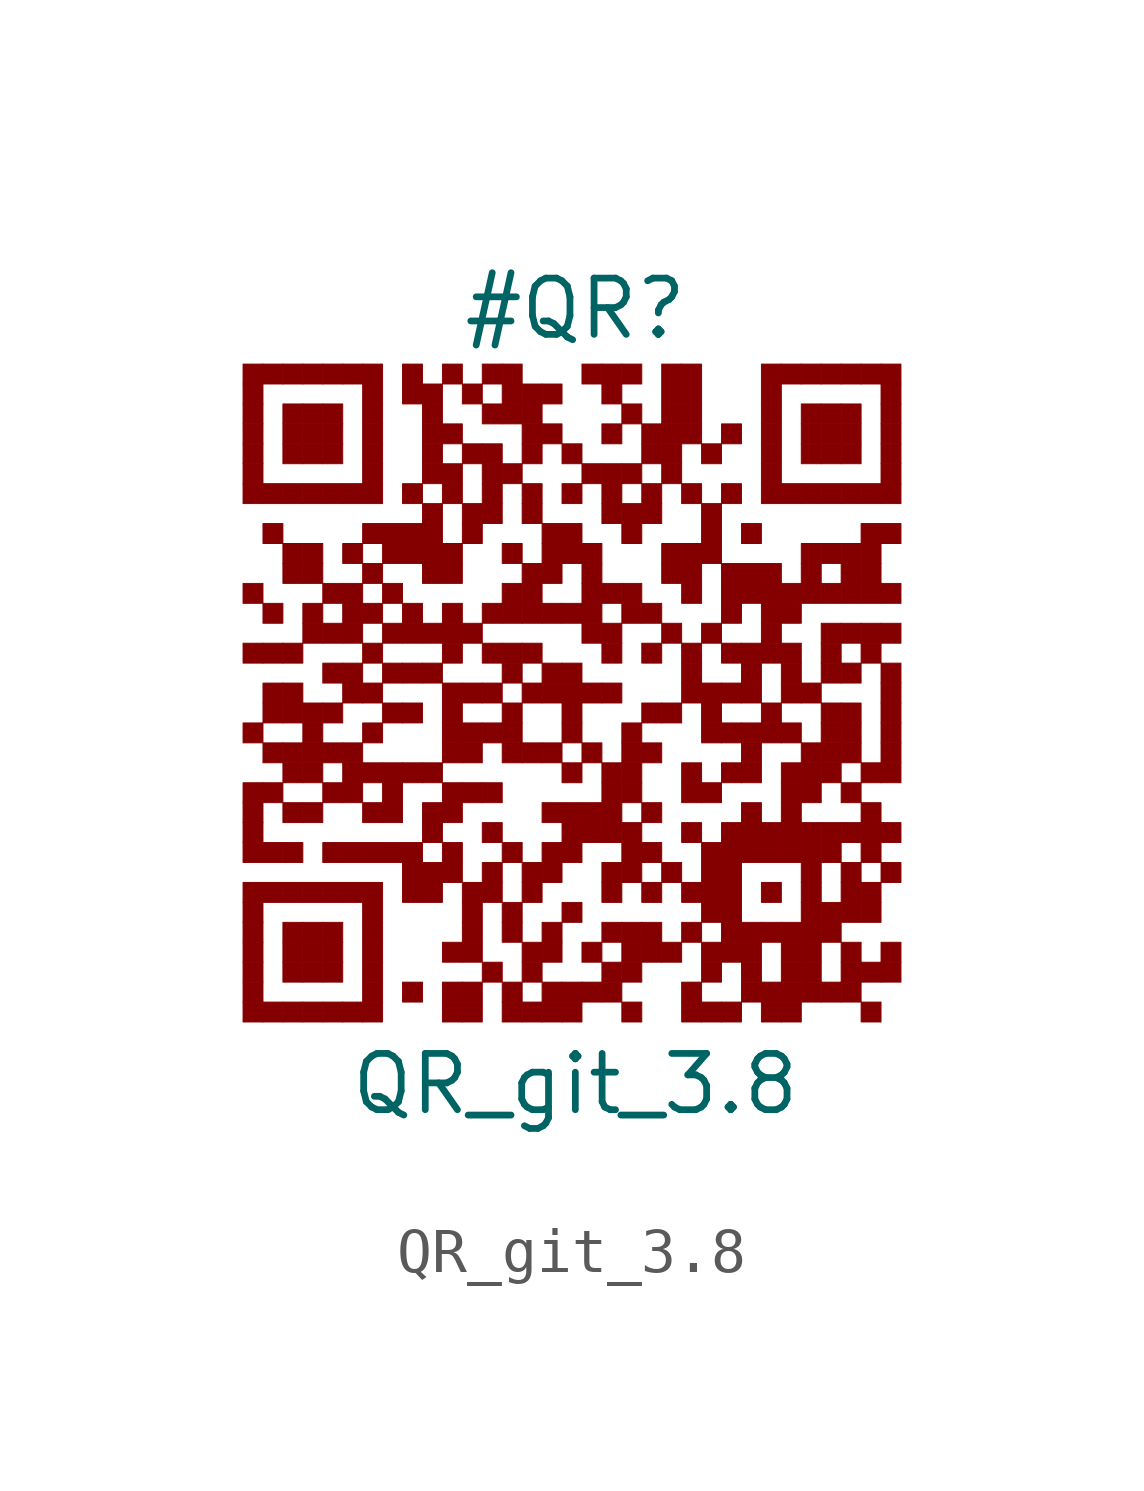
<source format=kicad_sym>
(kicad_symbol_lib
  (version 20211014)
  (generator kibot)
  (symbol "QR_git_3.8"
    (pin_numbers hide)
    (pin_names hide)
    (property "Reference" "#QR"
      (at 0 8.75 0))
    (property "Value" "QR_git_3.8"
      (at 0 -8.75 0))
    (rectangle
      (start -7.5 7.5)
      (end -7.05 7.05)
      (stroke (width 0.001) (type default))
      (fill (type outline)))
    (rectangle
      (start -7.05 7.5)
      (end -6.6 7.05)
      (stroke (width 0.001) (type default))
      (fill (type outline)))
    (rectangle
      (start -6.6 7.5)
      (end -6.15 7.05)
      (stroke (width 0.001) (type default))
      (fill (type outline)))
    (rectangle
      (start -6.15 7.5)
      (end -5.7 7.05)
      (stroke (width 0.001) (type default))
      (fill (type outline)))
    (rectangle
      (start -5.7 7.5)
      (end -5.25 7.05)
      (stroke (width 0.001) (type default))
      (fill (type outline)))
    (rectangle
      (start -5.25 7.5)
      (end -4.8 7.05)
      (stroke (width 0.001) (type default))
      (fill (type outline)))
    (rectangle
      (start -4.8 7.5)
      (end -4.35 7.05)
      (stroke (width 0.001) (type default))
      (fill (type outline)))
    (rectangle
      (start -3.9 7.5)
      (end -3.45 7.05)
      (stroke (width 0.001) (type default))
      (fill (type outline)))
    (rectangle
      (start -3.0 7.5)
      (end -2.55 7.05)
      (stroke (width 0.001) (type default))
      (fill (type outline)))
    (rectangle
      (start -2.1 7.5)
      (end -1.65 7.05)
      (stroke (width 0.001) (type default))
      (fill (type outline)))
    (rectangle
      (start -1.65 7.5)
      (end -1.2 7.05)
      (stroke (width 0.001) (type default))
      (fill (type outline)))
    (rectangle
      (start 0.15 7.5)
      (end 0.6 7.05)
      (stroke (width 0.001) (type default))
      (fill (type outline)))
    (rectangle
      (start 0.6 7.5)
      (end 1.05 7.05)
      (stroke (width 0.001) (type default))
      (fill (type outline)))
    (rectangle
      (start 1.05 7.5)
      (end 1.5 7.05)
      (stroke (width 0.001) (type default))
      (fill (type outline)))
    (rectangle
      (start 1.95 7.5)
      (end 2.4 7.05)
      (stroke (width 0.001) (type default))
      (fill (type outline)))
    (rectangle
      (start 2.4 7.5)
      (end 2.85 7.05)
      (stroke (width 0.001) (type default))
      (fill (type outline)))
    (rectangle
      (start 4.2 7.5)
      (end 4.65 7.05)
      (stroke (width 0.001) (type default))
      (fill (type outline)))
    (rectangle
      (start 4.65 7.5)
      (end 5.1 7.05)
      (stroke (width 0.001) (type default))
      (fill (type outline)))
    (rectangle
      (start 5.1 7.5)
      (end 5.55 7.05)
      (stroke (width 0.001) (type default))
      (fill (type outline)))
    (rectangle
      (start 5.55 7.5)
      (end 6.0 7.05)
      (stroke (width 0.001) (type default))
      (fill (type outline)))
    (rectangle
      (start 6.0 7.5)
      (end 6.45 7.05)
      (stroke (width 0.001) (type default))
      (fill (type outline)))
    (rectangle
      (start 6.45 7.5)
      (end 6.9 7.05)
      (stroke (width 0.001) (type default))
      (fill (type outline)))
    (rectangle
      (start 6.9 7.5)
      (end 7.35 7.05)
      (stroke (width 0.001) (type default))
      (fill (type outline)))
    (rectangle
      (start -7.5 7.05)
      (end -7.05 6.6)
      (stroke (width 0.001) (type default))
      (fill (type outline)))
    (rectangle
      (start -4.8 7.05)
      (end -4.35 6.6)
      (stroke (width 0.001) (type default))
      (fill (type outline)))
    (rectangle
      (start -3.9 7.05)
      (end -3.45 6.6)
      (stroke (width 0.001) (type default))
      (fill (type outline)))
    (rectangle
      (start -3.45 7.05)
      (end -3.0 6.6)
      (stroke (width 0.001) (type default))
      (fill (type outline)))
    (rectangle
      (start -2.55 7.05)
      (end -2.1 6.6)
      (stroke (width 0.001) (type default))
      (fill (type outline)))
    (rectangle
      (start -1.65 7.05)
      (end -1.2 6.6)
      (stroke (width 0.001) (type default))
      (fill (type outline)))
    (rectangle
      (start -1.2 7.05)
      (end -0.75 6.6)
      (stroke (width 0.001) (type default))
      (fill (type outline)))
    (rectangle
      (start -0.75 7.05)
      (end -0.3 6.6)
      (stroke (width 0.001) (type default))
      (fill (type outline)))
    (rectangle
      (start 0.6 7.05)
      (end 1.05 6.6)
      (stroke (width 0.001) (type default))
      (fill (type outline)))
    (rectangle
      (start 1.95 7.05)
      (end 2.4 6.6)
      (stroke (width 0.001) (type default))
      (fill (type outline)))
    (rectangle
      (start 2.4 7.05)
      (end 2.85 6.6)
      (stroke (width 0.001) (type default))
      (fill (type outline)))
    (rectangle
      (start 4.2 7.05)
      (end 4.65 6.6)
      (stroke (width 0.001) (type default))
      (fill (type outline)))
    (rectangle
      (start 6.9 7.05)
      (end 7.35 6.6)
      (stroke (width 0.001) (type default))
      (fill (type outline)))
    (rectangle
      (start -7.5 6.6)
      (end -7.05 6.15)
      (stroke (width 0.001) (type default))
      (fill (type outline)))
    (rectangle
      (start -6.6 6.6)
      (end -6.15 6.15)
      (stroke (width 0.001) (type default))
      (fill (type outline)))
    (rectangle
      (start -6.15 6.6)
      (end -5.7 6.15)
      (stroke (width 0.001) (type default))
      (fill (type outline)))
    (rectangle
      (start -5.7 6.6)
      (end -5.25 6.15)
      (stroke (width 0.001) (type default))
      (fill (type outline)))
    (rectangle
      (start -4.8 6.6)
      (end -4.35 6.15)
      (stroke (width 0.001) (type default))
      (fill (type outline)))
    (rectangle
      (start -3.45 6.6)
      (end -3.0 6.15)
      (stroke (width 0.001) (type default))
      (fill (type outline)))
    (rectangle
      (start -2.1 6.6)
      (end -1.65 6.15)
      (stroke (width 0.001) (type default))
      (fill (type outline)))
    (rectangle
      (start -1.65 6.6)
      (end -1.2 6.15)
      (stroke (width 0.001) (type default))
      (fill (type outline)))
    (rectangle
      (start -1.2 6.6)
      (end -0.75 6.15)
      (stroke (width 0.001) (type default))
      (fill (type outline)))
    (rectangle
      (start 1.05 6.6)
      (end 1.5 6.15)
      (stroke (width 0.001) (type default))
      (fill (type outline)))
    (rectangle
      (start 1.95 6.6)
      (end 2.4 6.15)
      (stroke (width 0.001) (type default))
      (fill (type outline)))
    (rectangle
      (start 2.4 6.6)
      (end 2.85 6.15)
      (stroke (width 0.001) (type default))
      (fill (type outline)))
    (rectangle
      (start 4.2 6.6)
      (end 4.65 6.15)
      (stroke (width 0.001) (type default))
      (fill (type outline)))
    (rectangle
      (start 5.1 6.6)
      (end 5.55 6.15)
      (stroke (width 0.001) (type default))
      (fill (type outline)))
    (rectangle
      (start 5.55 6.6)
      (end 6.0 6.15)
      (stroke (width 0.001) (type default))
      (fill (type outline)))
    (rectangle
      (start 6.0 6.6)
      (end 6.45 6.15)
      (stroke (width 0.001) (type default))
      (fill (type outline)))
    (rectangle
      (start 6.9 6.6)
      (end 7.35 6.15)
      (stroke (width 0.001) (type default))
      (fill (type outline)))
    (rectangle
      (start -7.5 6.15)
      (end -7.05 5.7)
      (stroke (width 0.001) (type default))
      (fill (type outline)))
    (rectangle
      (start -6.6 6.15)
      (end -6.15 5.7)
      (stroke (width 0.001) (type default))
      (fill (type outline)))
    (rectangle
      (start -6.15 6.15)
      (end -5.7 5.7)
      (stroke (width 0.001) (type default))
      (fill (type outline)))
    (rectangle
      (start -5.7 6.15)
      (end -5.25 5.7)
      (stroke (width 0.001) (type default))
      (fill (type outline)))
    (rectangle
      (start -4.8 6.15)
      (end -4.35 5.7)
      (stroke (width 0.001) (type default))
      (fill (type outline)))
    (rectangle
      (start -3.45 6.15)
      (end -3.0 5.7)
      (stroke (width 0.001) (type default))
      (fill (type outline)))
    (rectangle
      (start -3.0 6.15)
      (end -2.55 5.7)
      (stroke (width 0.001) (type default))
      (fill (type outline)))
    (rectangle
      (start -1.2 6.15)
      (end -0.75 5.7)
      (stroke (width 0.001) (type default))
      (fill (type outline)))
    (rectangle
      (start -0.75 6.15)
      (end -0.3 5.7)
      (stroke (width 0.001) (type default))
      (fill (type outline)))
    (rectangle
      (start 0.6 6.15)
      (end 1.05 5.7)
      (stroke (width 0.001) (type default))
      (fill (type outline)))
    (rectangle
      (start 1.5 6.15)
      (end 1.95 5.7)
      (stroke (width 0.001) (type default))
      (fill (type outline)))
    (rectangle
      (start 1.95 6.15)
      (end 2.4 5.7)
      (stroke (width 0.001) (type default))
      (fill (type outline)))
    (rectangle
      (start 2.4 6.15)
      (end 2.85 5.7)
      (stroke (width 0.001) (type default))
      (fill (type outline)))
    (rectangle
      (start 3.3 6.15)
      (end 3.75 5.7)
      (stroke (width 0.001) (type default))
      (fill (type outline)))
    (rectangle
      (start 4.2 6.15)
      (end 4.65 5.7)
      (stroke (width 0.001) (type default))
      (fill (type outline)))
    (rectangle
      (start 5.1 6.15)
      (end 5.55 5.7)
      (stroke (width 0.001) (type default))
      (fill (type outline)))
    (rectangle
      (start 5.55 6.15)
      (end 6.0 5.7)
      (stroke (width 0.001) (type default))
      (fill (type outline)))
    (rectangle
      (start 6.0 6.15)
      (end 6.45 5.7)
      (stroke (width 0.001) (type default))
      (fill (type outline)))
    (rectangle
      (start 6.9 6.15)
      (end 7.35 5.7)
      (stroke (width 0.001) (type default))
      (fill (type outline)))
    (rectangle
      (start -7.5 5.7)
      (end -7.05 5.25)
      (stroke (width 0.001) (type default))
      (fill (type outline)))
    (rectangle
      (start -6.6 5.7)
      (end -6.15 5.25)
      (stroke (width 0.001) (type default))
      (fill (type outline)))
    (rectangle
      (start -6.15 5.7)
      (end -5.7 5.25)
      (stroke (width 0.001) (type default))
      (fill (type outline)))
    (rectangle
      (start -5.7 5.7)
      (end -5.25 5.25)
      (stroke (width 0.001) (type default))
      (fill (type outline)))
    (rectangle
      (start -4.8 5.7)
      (end -4.35 5.25)
      (stroke (width 0.001) (type default))
      (fill (type outline)))
    (rectangle
      (start -3.45 5.7)
      (end -3.0 5.25)
      (stroke (width 0.001) (type default))
      (fill (type outline)))
    (rectangle
      (start -2.55 5.7)
      (end -2.1 5.25)
      (stroke (width 0.001) (type default))
      (fill (type outline)))
    (rectangle
      (start -2.1 5.7)
      (end -1.65 5.25)
      (stroke (width 0.001) (type default))
      (fill (type outline)))
    (rectangle
      (start -1.2 5.7)
      (end -0.75 5.25)
      (stroke (width 0.001) (type default))
      (fill (type outline)))
    (rectangle
      (start -0.3 5.7)
      (end 0.15 5.25)
      (stroke (width 0.001) (type default))
      (fill (type outline)))
    (rectangle
      (start 1.5 5.7)
      (end 1.95 5.25)
      (stroke (width 0.001) (type default))
      (fill (type outline)))
    (rectangle
      (start 1.95 5.7)
      (end 2.4 5.25)
      (stroke (width 0.001) (type default))
      (fill (type outline)))
    (rectangle
      (start 2.85 5.7)
      (end 3.3 5.25)
      (stroke (width 0.001) (type default))
      (fill (type outline)))
    (rectangle
      (start 4.2 5.7)
      (end 4.65 5.25)
      (stroke (width 0.001) (type default))
      (fill (type outline)))
    (rectangle
      (start 5.1 5.7)
      (end 5.55 5.25)
      (stroke (width 0.001) (type default))
      (fill (type outline)))
    (rectangle
      (start 5.55 5.7)
      (end 6.0 5.25)
      (stroke (width 0.001) (type default))
      (fill (type outline)))
    (rectangle
      (start 6.0 5.7)
      (end 6.45 5.25)
      (stroke (width 0.001) (type default))
      (fill (type outline)))
    (rectangle
      (start 6.9 5.7)
      (end 7.35 5.25)
      (stroke (width 0.001) (type default))
      (fill (type outline)))
    (rectangle
      (start -7.5 5.25)
      (end -7.05 4.8)
      (stroke (width 0.001) (type default))
      (fill (type outline)))
    (rectangle
      (start -4.8 5.25)
      (end -4.35 4.8)
      (stroke (width 0.001) (type default))
      (fill (type outline)))
    (rectangle
      (start -3.45 5.25)
      (end -3.0 4.8)
      (stroke (width 0.001) (type default))
      (fill (type outline)))
    (rectangle
      (start -3.0 5.25)
      (end -2.55 4.8)
      (stroke (width 0.001) (type default))
      (fill (type outline)))
    (rectangle
      (start -2.1 5.25)
      (end -1.65 4.8)
      (stroke (width 0.001) (type default))
      (fill (type outline)))
    (rectangle
      (start -1.65 5.25)
      (end -1.2 4.8)
      (stroke (width 0.001) (type default))
      (fill (type outline)))
    (rectangle
      (start 0.15 5.25)
      (end 0.6 4.8)
      (stroke (width 0.001) (type default))
      (fill (type outline)))
    (rectangle
      (start 0.6 5.25)
      (end 1.05 4.8)
      (stroke (width 0.001) (type default))
      (fill (type outline)))
    (rectangle
      (start 1.05 5.25)
      (end 1.5 4.8)
      (stroke (width 0.001) (type default))
      (fill (type outline)))
    (rectangle
      (start 1.95 5.25)
      (end 2.4 4.8)
      (stroke (width 0.001) (type default))
      (fill (type outline)))
    (rectangle
      (start 4.2 5.25)
      (end 4.65 4.8)
      (stroke (width 0.001) (type default))
      (fill (type outline)))
    (rectangle
      (start 6.9 5.25)
      (end 7.35 4.8)
      (stroke (width 0.001) (type default))
      (fill (type outline)))
    (rectangle
      (start -7.5 4.8)
      (end -7.05 4.35)
      (stroke (width 0.001) (type default))
      (fill (type outline)))
    (rectangle
      (start -7.05 4.8)
      (end -6.6 4.35)
      (stroke (width 0.001) (type default))
      (fill (type outline)))
    (rectangle
      (start -6.6 4.8)
      (end -6.15 4.35)
      (stroke (width 0.001) (type default))
      (fill (type outline)))
    (rectangle
      (start -6.15 4.8)
      (end -5.7 4.35)
      (stroke (width 0.001) (type default))
      (fill (type outline)))
    (rectangle
      (start -5.7 4.8)
      (end -5.25 4.35)
      (stroke (width 0.001) (type default))
      (fill (type outline)))
    (rectangle
      (start -5.25 4.8)
      (end -4.8 4.35)
      (stroke (width 0.001) (type default))
      (fill (type outline)))
    (rectangle
      (start -4.8 4.8)
      (end -4.35 4.35)
      (stroke (width 0.001) (type default))
      (fill (type outline)))
    (rectangle
      (start -3.9 4.8)
      (end -3.45 4.35)
      (stroke (width 0.001) (type default))
      (fill (type outline)))
    (rectangle
      (start -3.0 4.8)
      (end -2.55 4.35)
      (stroke (width 0.001) (type default))
      (fill (type outline)))
    (rectangle
      (start -2.1 4.8)
      (end -1.65 4.35)
      (stroke (width 0.001) (type default))
      (fill (type outline)))
    (rectangle
      (start -1.2 4.8)
      (end -0.75 4.35)
      (stroke (width 0.001) (type default))
      (fill (type outline)))
    (rectangle
      (start -0.3 4.8)
      (end 0.15 4.35)
      (stroke (width 0.001) (type default))
      (fill (type outline)))
    (rectangle
      (start 0.6 4.8)
      (end 1.05 4.35)
      (stroke (width 0.001) (type default))
      (fill (type outline)))
    (rectangle
      (start 1.5 4.8)
      (end 1.95 4.35)
      (stroke (width 0.001) (type default))
      (fill (type outline)))
    (rectangle
      (start 2.4 4.8)
      (end 2.85 4.35)
      (stroke (width 0.001) (type default))
      (fill (type outline)))
    (rectangle
      (start 3.3 4.8)
      (end 3.75 4.35)
      (stroke (width 0.001) (type default))
      (fill (type outline)))
    (rectangle
      (start 4.2 4.8)
      (end 4.65 4.35)
      (stroke (width 0.001) (type default))
      (fill (type outline)))
    (rectangle
      (start 4.65 4.8)
      (end 5.1 4.35)
      (stroke (width 0.001) (type default))
      (fill (type outline)))
    (rectangle
      (start 5.1 4.8)
      (end 5.55 4.35)
      (stroke (width 0.001) (type default))
      (fill (type outline)))
    (rectangle
      (start 5.55 4.8)
      (end 6.0 4.35)
      (stroke (width 0.001) (type default))
      (fill (type outline)))
    (rectangle
      (start 6.0 4.8)
      (end 6.45 4.35)
      (stroke (width 0.001) (type default))
      (fill (type outline)))
    (rectangle
      (start 6.45 4.8)
      (end 6.9 4.35)
      (stroke (width 0.001) (type default))
      (fill (type outline)))
    (rectangle
      (start 6.9 4.8)
      (end 7.35 4.35)
      (stroke (width 0.001) (type default))
      (fill (type outline)))
    (rectangle
      (start -3.45 4.35)
      (end -3.0 3.9)
      (stroke (width 0.001) (type default))
      (fill (type outline)))
    (rectangle
      (start -2.55 4.35)
      (end -2.1 3.9)
      (stroke (width 0.001) (type default))
      (fill (type outline)))
    (rectangle
      (start -2.1 4.35)
      (end -1.65 3.9)
      (stroke (width 0.001) (type default))
      (fill (type outline)))
    (rectangle
      (start -1.2 4.35)
      (end -0.75 3.9)
      (stroke (width 0.001) (type default))
      (fill (type outline)))
    (rectangle
      (start 0.6 4.35)
      (end 1.05 3.9)
      (stroke (width 0.001) (type default))
      (fill (type outline)))
    (rectangle
      (start 1.05 4.35)
      (end 1.5 3.9)
      (stroke (width 0.001) (type default))
      (fill (type outline)))
    (rectangle
      (start 1.5 4.35)
      (end 1.95 3.9)
      (stroke (width 0.001) (type default))
      (fill (type outline)))
    (rectangle
      (start 2.85 4.35)
      (end 3.3 3.9)
      (stroke (width 0.001) (type default))
      (fill (type outline)))
    (rectangle
      (start -7.05 3.9)
      (end -6.6 3.45)
      (stroke (width 0.001) (type default))
      (fill (type outline)))
    (rectangle
      (start -4.8 3.9)
      (end -4.35 3.45)
      (stroke (width 0.001) (type default))
      (fill (type outline)))
    (rectangle
      (start -4.35 3.9)
      (end -3.9 3.45)
      (stroke (width 0.001) (type default))
      (fill (type outline)))
    (rectangle
      (start -3.9 3.9)
      (end -3.45 3.45)
      (stroke (width 0.001) (type default))
      (fill (type outline)))
    (rectangle
      (start -3.45 3.9)
      (end -3.0 3.45)
      (stroke (width 0.001) (type default))
      (fill (type outline)))
    (rectangle
      (start -2.55 3.9)
      (end -2.1 3.45)
      (stroke (width 0.001) (type default))
      (fill (type outline)))
    (rectangle
      (start -0.75 3.9)
      (end -0.3 3.45)
      (stroke (width 0.001) (type default))
      (fill (type outline)))
    (rectangle
      (start -0.3 3.9)
      (end 0.15 3.45)
      (stroke (width 0.001) (type default))
      (fill (type outline)))
    (rectangle
      (start 1.05 3.9)
      (end 1.5 3.45)
      (stroke (width 0.001) (type default))
      (fill (type outline)))
    (rectangle
      (start 2.85 3.9)
      (end 3.3 3.45)
      (stroke (width 0.001) (type default))
      (fill (type outline)))
    (rectangle
      (start 3.75 3.9)
      (end 4.2 3.45)
      (stroke (width 0.001) (type default))
      (fill (type outline)))
    (rectangle
      (start 6.45 3.9)
      (end 6.9 3.45)
      (stroke (width 0.001) (type default))
      (fill (type outline)))
    (rectangle
      (start 6.9 3.9)
      (end 7.35 3.45)
      (stroke (width 0.001) (type default))
      (fill (type outline)))
    (rectangle
      (start -6.6 3.45)
      (end -6.15 3.0)
      (stroke (width 0.001) (type default))
      (fill (type outline)))
    (rectangle
      (start -6.15 3.45)
      (end -5.7 3.0)
      (stroke (width 0.001) (type default))
      (fill (type outline)))
    (rectangle
      (start -5.25 3.45)
      (end -4.8 3.0)
      (stroke (width 0.001) (type default))
      (fill (type outline)))
    (rectangle
      (start -4.35 3.45)
      (end -3.9 3.0)
      (stroke (width 0.001) (type default))
      (fill (type outline)))
    (rectangle
      (start -3.9 3.45)
      (end -3.45 3.0)
      (stroke (width 0.001) (type default))
      (fill (type outline)))
    (rectangle
      (start -3.45 3.45)
      (end -3.0 3.0)
      (stroke (width 0.001) (type default))
      (fill (type outline)))
    (rectangle
      (start -3.0 3.45)
      (end -2.55 3.0)
      (stroke (width 0.001) (type default))
      (fill (type outline)))
    (rectangle
      (start -1.65 3.45)
      (end -1.2 3.0)
      (stroke (width 0.001) (type default))
      (fill (type outline)))
    (rectangle
      (start -0.75 3.45)
      (end -0.3 3.0)
      (stroke (width 0.001) (type default))
      (fill (type outline)))
    (rectangle
      (start -0.3 3.45)
      (end 0.15 3.0)
      (stroke (width 0.001) (type default))
      (fill (type outline)))
    (rectangle
      (start 0.15 3.45)
      (end 0.6 3.0)
      (stroke (width 0.001) (type default))
      (fill (type outline)))
    (rectangle
      (start 1.95 3.45)
      (end 2.4 3.0)
      (stroke (width 0.001) (type default))
      (fill (type outline)))
    (rectangle
      (start 2.4 3.45)
      (end 2.85 3.0)
      (stroke (width 0.001) (type default))
      (fill (type outline)))
    (rectangle
      (start 2.85 3.45)
      (end 3.3 3.0)
      (stroke (width 0.001) (type default))
      (fill (type outline)))
    (rectangle
      (start 5.1 3.45)
      (end 5.55 3.0)
      (stroke (width 0.001) (type default))
      (fill (type outline)))
    (rectangle
      (start 5.55 3.45)
      (end 6.0 3.0)
      (stroke (width 0.001) (type default))
      (fill (type outline)))
    (rectangle
      (start 6.0 3.45)
      (end 6.45 3.0)
      (stroke (width 0.001) (type default))
      (fill (type outline)))
    (rectangle
      (start 6.45 3.45)
      (end 6.9 3.0)
      (stroke (width 0.001) (type default))
      (fill (type outline)))
    (rectangle
      (start -6.6 3.0)
      (end -6.15 2.55)
      (stroke (width 0.001) (type default))
      (fill (type outline)))
    (rectangle
      (start -6.15 3.0)
      (end -5.7 2.55)
      (stroke (width 0.001) (type default))
      (fill (type outline)))
    (rectangle
      (start -4.8 3.0)
      (end -4.35 2.55)
      (stroke (width 0.001) (type default))
      (fill (type outline)))
    (rectangle
      (start -3.45 3.0)
      (end -3.0 2.55)
      (stroke (width 0.001) (type default))
      (fill (type outline)))
    (rectangle
      (start -3.0 3.0)
      (end -2.55 2.55)
      (stroke (width 0.001) (type default))
      (fill (type outline)))
    (rectangle
      (start -1.2 3.0)
      (end -0.75 2.55)
      (stroke (width 0.001) (type default))
      (fill (type outline)))
    (rectangle
      (start -0.75 3.0)
      (end -0.3 2.55)
      (stroke (width 0.001) (type default))
      (fill (type outline)))
    (rectangle
      (start 0.15 3.0)
      (end 0.6 2.55)
      (stroke (width 0.001) (type default))
      (fill (type outline)))
    (rectangle
      (start 1.95 3.0)
      (end 2.4 2.55)
      (stroke (width 0.001) (type default))
      (fill (type outline)))
    (rectangle
      (start 2.4 3.0)
      (end 2.85 2.55)
      (stroke (width 0.001) (type default))
      (fill (type outline)))
    (rectangle
      (start 3.3 3.0)
      (end 3.75 2.55)
      (stroke (width 0.001) (type default))
      (fill (type outline)))
    (rectangle
      (start 3.75 3.0)
      (end 4.2 2.55)
      (stroke (width 0.001) (type default))
      (fill (type outline)))
    (rectangle
      (start 4.2 3.0)
      (end 4.65 2.55)
      (stroke (width 0.001) (type default))
      (fill (type outline)))
    (rectangle
      (start 5.1 3.0)
      (end 5.55 2.55)
      (stroke (width 0.001) (type default))
      (fill (type outline)))
    (rectangle
      (start 6.0 3.0)
      (end 6.45 2.55)
      (stroke (width 0.001) (type default))
      (fill (type outline)))
    (rectangle
      (start 6.45 3.0)
      (end 6.9 2.55)
      (stroke (width 0.001) (type default))
      (fill (type outline)))
    (rectangle
      (start -7.5 2.55)
      (end -7.05 2.1)
      (stroke (width 0.001) (type default))
      (fill (type outline)))
    (rectangle
      (start -5.7 2.55)
      (end -5.25 2.1)
      (stroke (width 0.001) (type default))
      (fill (type outline)))
    (rectangle
      (start -5.25 2.55)
      (end -4.8 2.1)
      (stroke (width 0.001) (type default))
      (fill (type outline)))
    (rectangle
      (start -4.35 2.55)
      (end -3.9 2.1)
      (stroke (width 0.001) (type default))
      (fill (type outline)))
    (rectangle
      (start -1.65 2.55)
      (end -1.2 2.1)
      (stroke (width 0.001) (type default))
      (fill (type outline)))
    (rectangle
      (start -1.2 2.55)
      (end -0.75 2.1)
      (stroke (width 0.001) (type default))
      (fill (type outline)))
    (rectangle
      (start 0.15 2.55)
      (end 0.6 2.1)
      (stroke (width 0.001) (type default))
      (fill (type outline)))
    (rectangle
      (start 0.6 2.55)
      (end 1.05 2.1)
      (stroke (width 0.001) (type default))
      (fill (type outline)))
    (rectangle
      (start 1.05 2.55)
      (end 1.5 2.1)
      (stroke (width 0.001) (type default))
      (fill (type outline)))
    (rectangle
      (start 2.4 2.55)
      (end 2.85 2.1)
      (stroke (width 0.001) (type default))
      (fill (type outline)))
    (rectangle
      (start 3.3 2.55)
      (end 3.75 2.1)
      (stroke (width 0.001) (type default))
      (fill (type outline)))
    (rectangle
      (start 3.75 2.55)
      (end 4.2 2.1)
      (stroke (width 0.001) (type default))
      (fill (type outline)))
    (rectangle
      (start 4.2 2.55)
      (end 4.65 2.1)
      (stroke (width 0.001) (type default))
      (fill (type outline)))
    (rectangle
      (start 4.65 2.55)
      (end 5.1 2.1)
      (stroke (width 0.001) (type default))
      (fill (type outline)))
    (rectangle
      (start 5.1 2.55)
      (end 5.55 2.1)
      (stroke (width 0.001) (type default))
      (fill (type outline)))
    (rectangle
      (start 5.55 2.55)
      (end 6.0 2.1)
      (stroke (width 0.001) (type default))
      (fill (type outline)))
    (rectangle
      (start 6.0 2.55)
      (end 6.45 2.1)
      (stroke (width 0.001) (type default))
      (fill (type outline)))
    (rectangle
      (start 6.45 2.55)
      (end 6.9 2.1)
      (stroke (width 0.001) (type default))
      (fill (type outline)))
    (rectangle
      (start 6.9 2.55)
      (end 7.35 2.1)
      (stroke (width 0.001) (type default))
      (fill (type outline)))
    (rectangle
      (start -7.05 2.1)
      (end -6.6 1.65)
      (stroke (width 0.001) (type default))
      (fill (type outline)))
    (rectangle
      (start -6.15 2.1)
      (end -5.7 1.65)
      (stroke (width 0.001) (type default))
      (fill (type outline)))
    (rectangle
      (start -5.25 2.1)
      (end -4.8 1.65)
      (stroke (width 0.001) (type default))
      (fill (type outline)))
    (rectangle
      (start -4.8 2.1)
      (end -4.35 1.65)
      (stroke (width 0.001) (type default))
      (fill (type outline)))
    (rectangle
      (start -3.9 2.1)
      (end -3.45 1.65)
      (stroke (width 0.001) (type default))
      (fill (type outline)))
    (rectangle
      (start -3.0 2.1)
      (end -2.55 1.65)
      (stroke (width 0.001) (type default))
      (fill (type outline)))
    (rectangle
      (start -2.1 2.1)
      (end -1.65 1.65)
      (stroke (width 0.001) (type default))
      (fill (type outline)))
    (rectangle
      (start -1.65 2.1)
      (end -1.2 1.65)
      (stroke (width 0.001) (type default))
      (fill (type outline)))
    (rectangle
      (start -1.2 2.1)
      (end -0.75 1.65)
      (stroke (width 0.001) (type default))
      (fill (type outline)))
    (rectangle
      (start -0.75 2.1)
      (end -0.3 1.65)
      (stroke (width 0.001) (type default))
      (fill (type outline)))
    (rectangle
      (start -0.3 2.1)
      (end 0.15 1.65)
      (stroke (width 0.001) (type default))
      (fill (type outline)))
    (rectangle
      (start 0.15 2.1)
      (end 0.6 1.65)
      (stroke (width 0.001) (type default))
      (fill (type outline)))
    (rectangle
      (start 1.05 2.1)
      (end 1.5 1.65)
      (stroke (width 0.001) (type default))
      (fill (type outline)))
    (rectangle
      (start 1.5 2.1)
      (end 1.95 1.65)
      (stroke (width 0.001) (type default))
      (fill (type outline)))
    (rectangle
      (start 3.3 2.1)
      (end 3.75 1.65)
      (stroke (width 0.001) (type default))
      (fill (type outline)))
    (rectangle
      (start 4.2 2.1)
      (end 4.65 1.65)
      (stroke (width 0.001) (type default))
      (fill (type outline)))
    (rectangle
      (start 4.65 2.1)
      (end 5.1 1.65)
      (stroke (width 0.001) (type default))
      (fill (type outline)))
    (rectangle
      (start -6.15 1.65)
      (end -5.7 1.2)
      (stroke (width 0.001) (type default))
      (fill (type outline)))
    (rectangle
      (start -5.7 1.65)
      (end -5.25 1.2)
      (stroke (width 0.001) (type default))
      (fill (type outline)))
    (rectangle
      (start -5.25 1.65)
      (end -4.8 1.2)
      (stroke (width 0.001) (type default))
      (fill (type outline)))
    (rectangle
      (start -4.35 1.65)
      (end -3.9 1.2)
      (stroke (width 0.001) (type default))
      (fill (type outline)))
    (rectangle
      (start -3.9 1.65)
      (end -3.45 1.2)
      (stroke (width 0.001) (type default))
      (fill (type outline)))
    (rectangle
      (start -3.45 1.65)
      (end -3.0 1.2)
      (stroke (width 0.001) (type default))
      (fill (type outline)))
    (rectangle
      (start -3.0 1.65)
      (end -2.55 1.2)
      (stroke (width 0.001) (type default))
      (fill (type outline)))
    (rectangle
      (start -2.55 1.65)
      (end -2.1 1.2)
      (stroke (width 0.001) (type default))
      (fill (type outline)))
    (rectangle
      (start 0.15 1.65)
      (end 0.6 1.2)
      (stroke (width 0.001) (type default))
      (fill (type outline)))
    (rectangle
      (start 0.6 1.65)
      (end 1.05 1.2)
      (stroke (width 0.001) (type default))
      (fill (type outline)))
    (rectangle
      (start 1.95 1.65)
      (end 2.4 1.2)
      (stroke (width 0.001) (type default))
      (fill (type outline)))
    (rectangle
      (start 2.85 1.65)
      (end 3.3 1.2)
      (stroke (width 0.001) (type default))
      (fill (type outline)))
    (rectangle
      (start 4.2 1.65)
      (end 4.65 1.2)
      (stroke (width 0.001) (type default))
      (fill (type outline)))
    (rectangle
      (start 5.55 1.65)
      (end 6.0 1.2)
      (stroke (width 0.001) (type default))
      (fill (type outline)))
    (rectangle
      (start 6.0 1.65)
      (end 6.45 1.2)
      (stroke (width 0.001) (type default))
      (fill (type outline)))
    (rectangle
      (start 6.45 1.65)
      (end 6.9 1.2)
      (stroke (width 0.001) (type default))
      (fill (type outline)))
    (rectangle
      (start 6.9 1.65)
      (end 7.35 1.2)
      (stroke (width 0.001) (type default))
      (fill (type outline)))
    (rectangle
      (start -7.5 1.2)
      (end -7.05 0.75)
      (stroke (width 0.001) (type default))
      (fill (type outline)))
    (rectangle
      (start -7.05 1.2)
      (end -6.6 0.75)
      (stroke (width 0.001) (type default))
      (fill (type outline)))
    (rectangle
      (start -6.6 1.2)
      (end -6.15 0.75)
      (stroke (width 0.001) (type default))
      (fill (type outline)))
    (rectangle
      (start -4.8 1.2)
      (end -4.35 0.75)
      (stroke (width 0.001) (type default))
      (fill (type outline)))
    (rectangle
      (start -3.0 1.2)
      (end -2.55 0.75)
      (stroke (width 0.001) (type default))
      (fill (type outline)))
    (rectangle
      (start -2.1 1.2)
      (end -1.65 0.75)
      (stroke (width 0.001) (type default))
      (fill (type outline)))
    (rectangle
      (start -1.65 1.2)
      (end -1.2 0.75)
      (stroke (width 0.001) (type default))
      (fill (type outline)))
    (rectangle
      (start -1.2 1.2)
      (end -0.75 0.75)
      (stroke (width 0.001) (type default))
      (fill (type outline)))
    (rectangle
      (start 0.6 1.2)
      (end 1.05 0.75)
      (stroke (width 0.001) (type default))
      (fill (type outline)))
    (rectangle
      (start 1.5 1.2)
      (end 1.95 0.75)
      (stroke (width 0.001) (type default))
      (fill (type outline)))
    (rectangle
      (start 2.4 1.2)
      (end 2.85 0.75)
      (stroke (width 0.001) (type default))
      (fill (type outline)))
    (rectangle
      (start 3.3 1.2)
      (end 3.75 0.75)
      (stroke (width 0.001) (type default))
      (fill (type outline)))
    (rectangle
      (start 3.75 1.2)
      (end 4.2 0.75)
      (stroke (width 0.001) (type default))
      (fill (type outline)))
    (rectangle
      (start 4.2 1.2)
      (end 4.65 0.75)
      (stroke (width 0.001) (type default))
      (fill (type outline)))
    (rectangle
      (start 4.65 1.2)
      (end 5.1 0.75)
      (stroke (width 0.001) (type default))
      (fill (type outline)))
    (rectangle
      (start 5.55 1.2)
      (end 6.0 0.75)
      (stroke (width 0.001) (type default))
      (fill (type outline)))
    (rectangle
      (start 6.45 1.2)
      (end 6.9 0.75)
      (stroke (width 0.001) (type default))
      (fill (type outline)))
    (rectangle
      (start -5.7 0.75)
      (end -5.25 0.3)
      (stroke (width 0.001) (type default))
      (fill (type outline)))
    (rectangle
      (start -5.25 0.75)
      (end -4.8 0.3)
      (stroke (width 0.001) (type default))
      (fill (type outline)))
    (rectangle
      (start -4.35 0.75)
      (end -3.9 0.3)
      (stroke (width 0.001) (type default))
      (fill (type outline)))
    (rectangle
      (start -3.9 0.75)
      (end -3.45 0.3)
      (stroke (width 0.001) (type default))
      (fill (type outline)))
    (rectangle
      (start -3.45 0.75)
      (end -3.0 0.3)
      (stroke (width 0.001) (type default))
      (fill (type outline)))
    (rectangle
      (start -1.65 0.75)
      (end -1.2 0.3)
      (stroke (width 0.001) (type default))
      (fill (type outline)))
    (rectangle
      (start -0.75 0.75)
      (end -0.3 0.3)
      (stroke (width 0.001) (type default))
      (fill (type outline)))
    (rectangle
      (start -0.3 0.75)
      (end 0.15 0.3)
      (stroke (width 0.001) (type default))
      (fill (type outline)))
    (rectangle
      (start 2.4 0.75)
      (end 2.85 0.3)
      (stroke (width 0.001) (type default))
      (fill (type outline)))
    (rectangle
      (start 3.75 0.75)
      (end 4.2 0.3)
      (stroke (width 0.001) (type default))
      (fill (type outline)))
    (rectangle
      (start 4.65 0.75)
      (end 5.1 0.3)
      (stroke (width 0.001) (type default))
      (fill (type outline)))
    (rectangle
      (start 5.55 0.75)
      (end 6.0 0.3)
      (stroke (width 0.001) (type default))
      (fill (type outline)))
    (rectangle
      (start 6.0 0.75)
      (end 6.45 0.3)
      (stroke (width 0.001) (type default))
      (fill (type outline)))
    (rectangle
      (start 6.9 0.75)
      (end 7.35 0.3)
      (stroke (width 0.001) (type default))
      (fill (type outline)))
    (rectangle
      (start -7.05 0.3)
      (end -6.6 -0.15)
      (stroke (width 0.001) (type default))
      (fill (type outline)))
    (rectangle
      (start -6.6 0.3)
      (end -6.15 -0.15)
      (stroke (width 0.001) (type default))
      (fill (type outline)))
    (rectangle
      (start -5.25 0.3)
      (end -4.8 -0.15)
      (stroke (width 0.001) (type default))
      (fill (type outline)))
    (rectangle
      (start -4.8 0.3)
      (end -4.35 -0.15)
      (stroke (width 0.001) (type default))
      (fill (type outline)))
    (rectangle
      (start -3.0 0.3)
      (end -2.55 -0.15)
      (stroke (width 0.001) (type default))
      (fill (type outline)))
    (rectangle
      (start -2.55 0.3)
      (end -2.1 -0.15)
      (stroke (width 0.001) (type default))
      (fill (type outline)))
    (rectangle
      (start -2.1 0.3)
      (end -1.65 -0.15)
      (stroke (width 0.001) (type default))
      (fill (type outline)))
    (rectangle
      (start -1.2 0.3)
      (end -0.75 -0.15)
      (stroke (width 0.001) (type default))
      (fill (type outline)))
    (rectangle
      (start -0.75 0.3)
      (end -0.3 -0.15)
      (stroke (width 0.001) (type default))
      (fill (type outline)))
    (rectangle
      (start -0.3 0.3)
      (end 0.15 -0.15)
      (stroke (width 0.001) (type default))
      (fill (type outline)))
    (rectangle
      (start 0.15 0.3)
      (end 0.6 -0.15)
      (stroke (width 0.001) (type default))
      (fill (type outline)))
    (rectangle
      (start 0.6 0.3)
      (end 1.05 -0.15)
      (stroke (width 0.001) (type default))
      (fill (type outline)))
    (rectangle
      (start 2.4 0.3)
      (end 2.85 -0.15)
      (stroke (width 0.001) (type default))
      (fill (type outline)))
    (rectangle
      (start 2.85 0.3)
      (end 3.3 -0.15)
      (stroke (width 0.001) (type default))
      (fill (type outline)))
    (rectangle
      (start 3.3 0.3)
      (end 3.75 -0.15)
      (stroke (width 0.001) (type default))
      (fill (type outline)))
    (rectangle
      (start 3.75 0.3)
      (end 4.2 -0.15)
      (stroke (width 0.001) (type default))
      (fill (type outline)))
    (rectangle
      (start 4.65 0.3)
      (end 5.1 -0.15)
      (stroke (width 0.001) (type default))
      (fill (type outline)))
    (rectangle
      (start 5.1 0.3)
      (end 5.55 -0.15)
      (stroke (width 0.001) (type default))
      (fill (type outline)))
    (rectangle
      (start 6.9 0.3)
      (end 7.35 -0.15)
      (stroke (width 0.001) (type default))
      (fill (type outline)))
    (rectangle
      (start -7.05 -0.15)
      (end -6.6 -0.6)
      (stroke (width 0.001) (type default))
      (fill (type outline)))
    (rectangle
      (start -6.6 -0.15)
      (end -6.15 -0.6)
      (stroke (width 0.001) (type default))
      (fill (type outline)))
    (rectangle
      (start -6.15 -0.15)
      (end -5.7 -0.6)
      (stroke (width 0.001) (type default))
      (fill (type outline)))
    (rectangle
      (start -5.7 -0.15)
      (end -5.25 -0.6)
      (stroke (width 0.001) (type default))
      (fill (type outline)))
    (rectangle
      (start -4.35 -0.15)
      (end -3.9 -0.6)
      (stroke (width 0.001) (type default))
      (fill (type outline)))
    (rectangle
      (start -3.9 -0.15)
      (end -3.45 -0.6)
      (stroke (width 0.001) (type default))
      (fill (type outline)))
    (rectangle
      (start -3.0 -0.15)
      (end -2.55 -0.6)
      (stroke (width 0.001) (type default))
      (fill (type outline)))
    (rectangle
      (start -1.65 -0.15)
      (end -1.2 -0.6)
      (stroke (width 0.001) (type default))
      (fill (type outline)))
    (rectangle
      (start -0.3 -0.15)
      (end 0.15 -0.6)
      (stroke (width 0.001) (type default))
      (fill (type outline)))
    (rectangle
      (start 1.5 -0.15)
      (end 1.95 -0.6)
      (stroke (width 0.001) (type default))
      (fill (type outline)))
    (rectangle
      (start 1.95 -0.15)
      (end 2.4 -0.6)
      (stroke (width 0.001) (type default))
      (fill (type outline)))
    (rectangle
      (start 2.85 -0.15)
      (end 3.3 -0.6)
      (stroke (width 0.001) (type default))
      (fill (type outline)))
    (rectangle
      (start 4.2 -0.15)
      (end 4.65 -0.6)
      (stroke (width 0.001) (type default))
      (fill (type outline)))
    (rectangle
      (start 5.55 -0.15)
      (end 6.0 -0.6)
      (stroke (width 0.001) (type default))
      (fill (type outline)))
    (rectangle
      (start 6.0 -0.15)
      (end 6.45 -0.6)
      (stroke (width 0.001) (type default))
      (fill (type outline)))
    (rectangle
      (start 6.9 -0.15)
      (end 7.35 -0.6)
      (stroke (width 0.001) (type default))
      (fill (type outline)))
    (rectangle
      (start -7.5 -0.6)
      (end -7.05 -1.05)
      (stroke (width 0.001) (type default))
      (fill (type outline)))
    (rectangle
      (start -6.15 -0.6)
      (end -5.7 -1.05)
      (stroke (width 0.001) (type default))
      (fill (type outline)))
    (rectangle
      (start -4.8 -0.6)
      (end -4.35 -1.05)
      (stroke (width 0.001) (type default))
      (fill (type outline)))
    (rectangle
      (start -3.0 -0.6)
      (end -2.55 -1.05)
      (stroke (width 0.001) (type default))
      (fill (type outline)))
    (rectangle
      (start -2.55 -0.6)
      (end -2.1 -1.05)
      (stroke (width 0.001) (type default))
      (fill (type outline)))
    (rectangle
      (start -2.1 -0.6)
      (end -1.65 -1.05)
      (stroke (width 0.001) (type default))
      (fill (type outline)))
    (rectangle
      (start -1.65 -0.6)
      (end -1.2 -1.05)
      (stroke (width 0.001) (type default))
      (fill (type outline)))
    (rectangle
      (start -0.3 -0.6)
      (end 0.15 -1.05)
      (stroke (width 0.001) (type default))
      (fill (type outline)))
    (rectangle
      (start 1.05 -0.6)
      (end 1.5 -1.05)
      (stroke (width 0.001) (type default))
      (fill (type outline)))
    (rectangle
      (start 2.85 -0.6)
      (end 3.3 -1.05)
      (stroke (width 0.001) (type default))
      (fill (type outline)))
    (rectangle
      (start 3.3 -0.6)
      (end 3.75 -1.05)
      (stroke (width 0.001) (type default))
      (fill (type outline)))
    (rectangle
      (start 3.75 -0.6)
      (end 4.2 -1.05)
      (stroke (width 0.001) (type default))
      (fill (type outline)))
    (rectangle
      (start 4.2 -0.6)
      (end 4.65 -1.05)
      (stroke (width 0.001) (type default))
      (fill (type outline)))
    (rectangle
      (start 4.65 -0.6)
      (end 5.1 -1.05)
      (stroke (width 0.001) (type default))
      (fill (type outline)))
    (rectangle
      (start 5.55 -0.6)
      (end 6.0 -1.05)
      (stroke (width 0.001) (type default))
      (fill (type outline)))
    (rectangle
      (start 6.0 -0.6)
      (end 6.45 -1.05)
      (stroke (width 0.001) (type default))
      (fill (type outline)))
    (rectangle
      (start 6.9 -0.6)
      (end 7.35 -1.05)
      (stroke (width 0.001) (type default))
      (fill (type outline)))
    (rectangle
      (start -7.05 -1.05)
      (end -6.6 -1.5)
      (stroke (width 0.001) (type default))
      (fill (type outline)))
    (rectangle
      (start -6.6 -1.05)
      (end -6.15 -1.5)
      (stroke (width 0.001) (type default))
      (fill (type outline)))
    (rectangle
      (start -6.15 -1.05)
      (end -5.7 -1.5)
      (stroke (width 0.001) (type default))
      (fill (type outline)))
    (rectangle
      (start -5.7 -1.05)
      (end -5.25 -1.5)
      (stroke (width 0.001) (type default))
      (fill (type outline)))
    (rectangle
      (start -5.25 -1.05)
      (end -4.8 -1.5)
      (stroke (width 0.001) (type default))
      (fill (type outline)))
    (rectangle
      (start -3.0 -1.05)
      (end -2.55 -1.5)
      (stroke (width 0.001) (type default))
      (fill (type outline)))
    (rectangle
      (start -2.55 -1.05)
      (end -2.1 -1.5)
      (stroke (width 0.001) (type default))
      (fill (type outline)))
    (rectangle
      (start -1.65 -1.05)
      (end -1.2 -1.5)
      (stroke (width 0.001) (type default))
      (fill (type outline)))
    (rectangle
      (start -1.2 -1.05)
      (end -0.75 -1.5)
      (stroke (width 0.001) (type default))
      (fill (type outline)))
    (rectangle
      (start -0.75 -1.05)
      (end -0.3 -1.5)
      (stroke (width 0.001) (type default))
      (fill (type outline)))
    (rectangle
      (start 0.15 -1.05)
      (end 0.6 -1.5)
      (stroke (width 0.001) (type default))
      (fill (type outline)))
    (rectangle
      (start 1.05 -1.05)
      (end 1.5 -1.5)
      (stroke (width 0.001) (type default))
      (fill (type outline)))
    (rectangle
      (start 1.5 -1.05)
      (end 1.95 -1.5)
      (stroke (width 0.001) (type default))
      (fill (type outline)))
    (rectangle
      (start 3.75 -1.05)
      (end 4.2 -1.5)
      (stroke (width 0.001) (type default))
      (fill (type outline)))
    (rectangle
      (start 5.1 -1.05)
      (end 5.55 -1.5)
      (stroke (width 0.001) (type default))
      (fill (type outline)))
    (rectangle
      (start 5.55 -1.05)
      (end 6.0 -1.5)
      (stroke (width 0.001) (type default))
      (fill (type outline)))
    (rectangle
      (start 6.0 -1.05)
      (end 6.45 -1.5)
      (stroke (width 0.001) (type default))
      (fill (type outline)))
    (rectangle
      (start 6.9 -1.05)
      (end 7.35 -1.5)
      (stroke (width 0.001) (type default))
      (fill (type outline)))
    (rectangle
      (start -6.6 -1.5)
      (end -6.15 -1.95)
      (stroke (width 0.001) (type default))
      (fill (type outline)))
    (rectangle
      (start -6.15 -1.5)
      (end -5.7 -1.95)
      (stroke (width 0.001) (type default))
      (fill (type outline)))
    (rectangle
      (start -5.25 -1.5)
      (end -4.8 -1.95)
      (stroke (width 0.001) (type default))
      (fill (type outline)))
    (rectangle
      (start -4.8 -1.5)
      (end -4.35 -1.95)
      (stroke (width 0.001) (type default))
      (fill (type outline)))
    (rectangle
      (start -4.35 -1.5)
      (end -3.9 -1.95)
      (stroke (width 0.001) (type default))
      (fill (type outline)))
    (rectangle
      (start -3.9 -1.5)
      (end -3.45 -1.95)
      (stroke (width 0.001) (type default))
      (fill (type outline)))
    (rectangle
      (start -3.45 -1.5)
      (end -3.0 -1.95)
      (stroke (width 0.001) (type default))
      (fill (type outline)))
    (rectangle
      (start -0.3 -1.5)
      (end 0.15 -1.95)
      (stroke (width 0.001) (type default))
      (fill (type outline)))
    (rectangle
      (start 0.6 -1.5)
      (end 1.05 -1.95)
      (stroke (width 0.001) (type default))
      (fill (type outline)))
    (rectangle
      (start 1.05 -1.5)
      (end 1.5 -1.95)
      (stroke (width 0.001) (type default))
      (fill (type outline)))
    (rectangle
      (start 2.4 -1.5)
      (end 2.85 -1.95)
      (stroke (width 0.001) (type default))
      (fill (type outline)))
    (rectangle
      (start 3.3 -1.5)
      (end 3.75 -1.95)
      (stroke (width 0.001) (type default))
      (fill (type outline)))
    (rectangle
      (start 3.75 -1.5)
      (end 4.2 -1.95)
      (stroke (width 0.001) (type default))
      (fill (type outline)))
    (rectangle
      (start 4.65 -1.5)
      (end 5.1 -1.95)
      (stroke (width 0.001) (type default))
      (fill (type outline)))
    (rectangle
      (start 5.1 -1.5)
      (end 5.55 -1.95)
      (stroke (width 0.001) (type default))
      (fill (type outline)))
    (rectangle
      (start 5.55 -1.5)
      (end 6.0 -1.95)
      (stroke (width 0.001) (type default))
      (fill (type outline)))
    (rectangle
      (start 6.45 -1.5)
      (end 6.9 -1.95)
      (stroke (width 0.001) (type default))
      (fill (type outline)))
    (rectangle
      (start 6.9 -1.5)
      (end 7.35 -1.95)
      (stroke (width 0.001) (type default))
      (fill (type outline)))
    (rectangle
      (start -7.5 -1.95)
      (end -7.05 -2.4)
      (stroke (width 0.001) (type default))
      (fill (type outline)))
    (rectangle
      (start -7.05 -1.95)
      (end -6.6 -2.4)
      (stroke (width 0.001) (type default))
      (fill (type outline)))
    (rectangle
      (start -5.7 -1.95)
      (end -5.25 -2.4)
      (stroke (width 0.001) (type default))
      (fill (type outline)))
    (rectangle
      (start -5.25 -1.95)
      (end -4.8 -2.4)
      (stroke (width 0.001) (type default))
      (fill (type outline)))
    (rectangle
      (start -4.35 -1.95)
      (end -3.9 -2.4)
      (stroke (width 0.001) (type default))
      (fill (type outline)))
    (rectangle
      (start -3.0 -1.95)
      (end -2.55 -2.4)
      (stroke (width 0.001) (type default))
      (fill (type outline)))
    (rectangle
      (start -2.55 -1.95)
      (end -2.1 -2.4)
      (stroke (width 0.001) (type default))
      (fill (type outline)))
    (rectangle
      (start -2.1 -1.95)
      (end -1.65 -2.4)
      (stroke (width 0.001) (type default))
      (fill (type outline)))
    (rectangle
      (start 0.6 -1.95)
      (end 1.05 -2.4)
      (stroke (width 0.001) (type default))
      (fill (type outline)))
    (rectangle
      (start 1.05 -1.95)
      (end 1.5 -2.4)
      (stroke (width 0.001) (type default))
      (fill (type outline)))
    (rectangle
      (start 2.4 -1.95)
      (end 2.85 -2.4)
      (stroke (width 0.001) (type default))
      (fill (type outline)))
    (rectangle
      (start 2.85 -1.95)
      (end 3.3 -2.4)
      (stroke (width 0.001) (type default))
      (fill (type outline)))
    (rectangle
      (start 4.65 -1.95)
      (end 5.1 -2.4)
      (stroke (width 0.001) (type default))
      (fill (type outline)))
    (rectangle
      (start 5.1 -1.95)
      (end 5.55 -2.4)
      (stroke (width 0.001) (type default))
      (fill (type outline)))
    (rectangle
      (start 6.0 -1.95)
      (end 6.45 -2.4)
      (stroke (width 0.001) (type default))
      (fill (type outline)))
    (rectangle
      (start -7.5 -2.4)
      (end -7.05 -2.85)
      (stroke (width 0.001) (type default))
      (fill (type outline)))
    (rectangle
      (start -6.6 -2.4)
      (end -6.15 -2.85)
      (stroke (width 0.001) (type default))
      (fill (type outline)))
    (rectangle
      (start -6.15 -2.4)
      (end -5.7 -2.85)
      (stroke (width 0.001) (type default))
      (fill (type outline)))
    (rectangle
      (start -4.8 -2.4)
      (end -4.35 -2.85)
      (stroke (width 0.001) (type default))
      (fill (type outline)))
    (rectangle
      (start -4.35 -2.4)
      (end -3.9 -2.85)
      (stroke (width 0.001) (type default))
      (fill (type outline)))
    (rectangle
      (start -3.45 -2.4)
      (end -3.0 -2.85)
      (stroke (width 0.001) (type default))
      (fill (type outline)))
    (rectangle
      (start -3.0 -2.4)
      (end -2.55 -2.85)
      (stroke (width 0.001) (type default))
      (fill (type outline)))
    (rectangle
      (start -0.75 -2.4)
      (end -0.3 -2.85)
      (stroke (width 0.001) (type default))
      (fill (type outline)))
    (rectangle
      (start -0.3 -2.4)
      (end 0.15 -2.85)
      (stroke (width 0.001) (type default))
      (fill (type outline)))
    (rectangle
      (start 0.15 -2.4)
      (end 0.6 -2.85)
      (stroke (width 0.001) (type default))
      (fill (type outline)))
    (rectangle
      (start 0.6 -2.4)
      (end 1.05 -2.85)
      (stroke (width 0.001) (type default))
      (fill (type outline)))
    (rectangle
      (start 1.5 -2.4)
      (end 1.95 -2.85)
      (stroke (width 0.001) (type default))
      (fill (type outline)))
    (rectangle
      (start 3.75 -2.4)
      (end 4.2 -2.85)
      (stroke (width 0.001) (type default))
      (fill (type outline)))
    (rectangle
      (start 4.65 -2.4)
      (end 5.1 -2.85)
      (stroke (width 0.001) (type default))
      (fill (type outline)))
    (rectangle
      (start 6.45 -2.4)
      (end 6.9 -2.85)
      (stroke (width 0.001) (type default))
      (fill (type outline)))
    (rectangle
      (start -7.5 -2.85)
      (end -7.05 -3.3)
      (stroke (width 0.001) (type default))
      (fill (type outline)))
    (rectangle
      (start -3.45 -2.85)
      (end -3.0 -3.3)
      (stroke (width 0.001) (type default))
      (fill (type outline)))
    (rectangle
      (start -2.1 -2.85)
      (end -1.65 -3.3)
      (stroke (width 0.001) (type default))
      (fill (type outline)))
    (rectangle
      (start -0.3 -2.85)
      (end 0.15 -3.3)
      (stroke (width 0.001) (type default))
      (fill (type outline)))
    (rectangle
      (start 0.15 -2.85)
      (end 0.6 -3.3)
      (stroke (width 0.001) (type default))
      (fill (type outline)))
    (rectangle
      (start 0.6 -2.85)
      (end 1.05 -3.3)
      (stroke (width 0.001) (type default))
      (fill (type outline)))
    (rectangle
      (start 1.05 -2.85)
      (end 1.5 -3.3)
      (stroke (width 0.001) (type default))
      (fill (type outline)))
    (rectangle
      (start 2.4 -2.85)
      (end 2.85 -3.3)
      (stroke (width 0.001) (type default))
      (fill (type outline)))
    (rectangle
      (start 3.3 -2.85)
      (end 3.75 -3.3)
      (stroke (width 0.001) (type default))
      (fill (type outline)))
    (rectangle
      (start 3.75 -2.85)
      (end 4.2 -3.3)
      (stroke (width 0.001) (type default))
      (fill (type outline)))
    (rectangle
      (start 4.2 -2.85)
      (end 4.65 -3.3)
      (stroke (width 0.001) (type default))
      (fill (type outline)))
    (rectangle
      (start 4.65 -2.85)
      (end 5.1 -3.3)
      (stroke (width 0.001) (type default))
      (fill (type outline)))
    (rectangle
      (start 5.1 -2.85)
      (end 5.55 -3.3)
      (stroke (width 0.001) (type default))
      (fill (type outline)))
    (rectangle
      (start 5.55 -2.85)
      (end 6.0 -3.3)
      (stroke (width 0.001) (type default))
      (fill (type outline)))
    (rectangle
      (start 6.0 -2.85)
      (end 6.45 -3.3)
      (stroke (width 0.001) (type default))
      (fill (type outline)))
    (rectangle
      (start 6.45 -2.85)
      (end 6.9 -3.3)
      (stroke (width 0.001) (type default))
      (fill (type outline)))
    (rectangle
      (start 6.9 -2.85)
      (end 7.35 -3.3)
      (stroke (width 0.001) (type default))
      (fill (type outline)))
    (rectangle
      (start -7.5 -3.3)
      (end -7.05 -3.75)
      (stroke (width 0.001) (type default))
      (fill (type outline)))
    (rectangle
      (start -7.05 -3.3)
      (end -6.6 -3.75)
      (stroke (width 0.001) (type default))
      (fill (type outline)))
    (rectangle
      (start -6.6 -3.3)
      (end -6.15 -3.75)
      (stroke (width 0.001) (type default))
      (fill (type outline)))
    (rectangle
      (start -5.7 -3.3)
      (end -5.25 -3.75)
      (stroke (width 0.001) (type default))
      (fill (type outline)))
    (rectangle
      (start -5.25 -3.3)
      (end -4.8 -3.75)
      (stroke (width 0.001) (type default))
      (fill (type outline)))
    (rectangle
      (start -4.8 -3.3)
      (end -4.35 -3.75)
      (stroke (width 0.001) (type default))
      (fill (type outline)))
    (rectangle
      (start -4.35 -3.3)
      (end -3.9 -3.75)
      (stroke (width 0.001) (type default))
      (fill (type outline)))
    (rectangle
      (start -3.9 -3.3)
      (end -3.45 -3.75)
      (stroke (width 0.001) (type default))
      (fill (type outline)))
    (rectangle
      (start -3.0 -3.3)
      (end -2.55 -3.75)
      (stroke (width 0.001) (type default))
      (fill (type outline)))
    (rectangle
      (start -1.65 -3.3)
      (end -1.2 -3.75)
      (stroke (width 0.001) (type default))
      (fill (type outline)))
    (rectangle
      (start -0.75 -3.3)
      (end -0.3 -3.75)
      (stroke (width 0.001) (type default))
      (fill (type outline)))
    (rectangle
      (start -0.3 -3.3)
      (end 0.15 -3.75)
      (stroke (width 0.001) (type default))
      (fill (type outline)))
    (rectangle
      (start 1.05 -3.3)
      (end 1.5 -3.75)
      (stroke (width 0.001) (type default))
      (fill (type outline)))
    (rectangle
      (start 1.5 -3.3)
      (end 1.95 -3.75)
      (stroke (width 0.001) (type default))
      (fill (type outline)))
    (rectangle
      (start 2.85 -3.3)
      (end 3.3 -3.75)
      (stroke (width 0.001) (type default))
      (fill (type outline)))
    (rectangle
      (start 3.3 -3.3)
      (end 3.75 -3.75)
      (stroke (width 0.001) (type default))
      (fill (type outline)))
    (rectangle
      (start 3.75 -3.3)
      (end 4.2 -3.75)
      (stroke (width 0.001) (type default))
      (fill (type outline)))
    (rectangle
      (start 4.2 -3.3)
      (end 4.65 -3.75)
      (stroke (width 0.001) (type default))
      (fill (type outline)))
    (rectangle
      (start 4.65 -3.3)
      (end 5.1 -3.75)
      (stroke (width 0.001) (type default))
      (fill (type outline)))
    (rectangle
      (start 5.1 -3.3)
      (end 5.55 -3.75)
      (stroke (width 0.001) (type default))
      (fill (type outline)))
    (rectangle
      (start 5.55 -3.3)
      (end 6.0 -3.75)
      (stroke (width 0.001) (type default))
      (fill (type outline)))
    (rectangle
      (start 6.45 -3.3)
      (end 6.9 -3.75)
      (stroke (width 0.001) (type default))
      (fill (type outline)))
    (rectangle
      (start -3.9 -3.75)
      (end -3.45 -4.2)
      (stroke (width 0.001) (type default))
      (fill (type outline)))
    (rectangle
      (start -3.45 -3.75)
      (end -3.0 -4.2)
      (stroke (width 0.001) (type default))
      (fill (type outline)))
    (rectangle
      (start -3.0 -3.75)
      (end -2.55 -4.2)
      (stroke (width 0.001) (type default))
      (fill (type outline)))
    (rectangle
      (start -2.1 -3.75)
      (end -1.65 -4.2)
      (stroke (width 0.001) (type default))
      (fill (type outline)))
    (rectangle
      (start -1.2 -3.75)
      (end -0.75 -4.2)
      (stroke (width 0.001) (type default))
      (fill (type outline)))
    (rectangle
      (start -0.75 -3.75)
      (end -0.3 -4.2)
      (stroke (width 0.001) (type default))
      (fill (type outline)))
    (rectangle
      (start 0.6 -3.75)
      (end 1.05 -4.2)
      (stroke (width 0.001) (type default))
      (fill (type outline)))
    (rectangle
      (start 1.05 -3.75)
      (end 1.5 -4.2)
      (stroke (width 0.001) (type default))
      (fill (type outline)))
    (rectangle
      (start 1.95 -3.75)
      (end 2.4 -4.2)
      (stroke (width 0.001) (type default))
      (fill (type outline)))
    (rectangle
      (start 2.85 -3.75)
      (end 3.3 -4.2)
      (stroke (width 0.001) (type default))
      (fill (type outline)))
    (rectangle
      (start 3.3 -3.75)
      (end 3.75 -4.2)
      (stroke (width 0.001) (type default))
      (fill (type outline)))
    (rectangle
      (start 5.1 -3.75)
      (end 5.55 -4.2)
      (stroke (width 0.001) (type default))
      (fill (type outline)))
    (rectangle
      (start 6.0 -3.75)
      (end 6.45 -4.2)
      (stroke (width 0.001) (type default))
      (fill (type outline)))
    (rectangle
      (start 6.9 -3.75)
      (end 7.35 -4.2)
      (stroke (width 0.001) (type default))
      (fill (type outline)))
    (rectangle
      (start -7.5 -4.2)
      (end -7.05 -4.65)
      (stroke (width 0.001) (type default))
      (fill (type outline)))
    (rectangle
      (start -7.05 -4.2)
      (end -6.6 -4.65)
      (stroke (width 0.001) (type default))
      (fill (type outline)))
    (rectangle
      (start -6.6 -4.2)
      (end -6.15 -4.65)
      (stroke (width 0.001) (type default))
      (fill (type outline)))
    (rectangle
      (start -6.15 -4.2)
      (end -5.7 -4.65)
      (stroke (width 0.001) (type default))
      (fill (type outline)))
    (rectangle
      (start -5.7 -4.2)
      (end -5.25 -4.65)
      (stroke (width 0.001) (type default))
      (fill (type outline)))
    (rectangle
      (start -5.25 -4.2)
      (end -4.8 -4.65)
      (stroke (width 0.001) (type default))
      (fill (type outline)))
    (rectangle
      (start -4.8 -4.2)
      (end -4.35 -4.65)
      (stroke (width 0.001) (type default))
      (fill (type outline)))
    (rectangle
      (start -3.9 -4.2)
      (end -3.45 -4.65)
      (stroke (width 0.001) (type default))
      (fill (type outline)))
    (rectangle
      (start -3.45 -4.2)
      (end -3.0 -4.65)
      (stroke (width 0.001) (type default))
      (fill (type outline)))
    (rectangle
      (start -2.55 -4.2)
      (end -2.1 -4.65)
      (stroke (width 0.001) (type default))
      (fill (type outline)))
    (rectangle
      (start -2.1 -4.2)
      (end -1.65 -4.65)
      (stroke (width 0.001) (type default))
      (fill (type outline)))
    (rectangle
      (start -1.2 -4.2)
      (end -0.75 -4.65)
      (stroke (width 0.001) (type default))
      (fill (type outline)))
    (rectangle
      (start 0.6 -4.2)
      (end 1.05 -4.65)
      (stroke (width 0.001) (type default))
      (fill (type outline)))
    (rectangle
      (start 1.5 -4.2)
      (end 1.95 -4.65)
      (stroke (width 0.001) (type default))
      (fill (type outline)))
    (rectangle
      (start 2.4 -4.2)
      (end 2.85 -4.65)
      (stroke (width 0.001) (type default))
      (fill (type outline)))
    (rectangle
      (start 2.85 -4.2)
      (end 3.3 -4.65)
      (stroke (width 0.001) (type default))
      (fill (type outline)))
    (rectangle
      (start 3.3 -4.2)
      (end 3.75 -4.65)
      (stroke (width 0.001) (type default))
      (fill (type outline)))
    (rectangle
      (start 4.2 -4.2)
      (end 4.65 -4.65)
      (stroke (width 0.001) (type default))
      (fill (type outline)))
    (rectangle
      (start 5.1 -4.2)
      (end 5.55 -4.65)
      (stroke (width 0.001) (type default))
      (fill (type outline)))
    (rectangle
      (start 6.0 -4.2)
      (end 6.45 -4.65)
      (stroke (width 0.001) (type default))
      (fill (type outline)))
    (rectangle
      (start 6.45 -4.2)
      (end 6.9 -4.65)
      (stroke (width 0.001) (type default))
      (fill (type outline)))
    (rectangle
      (start -7.5 -4.65)
      (end -7.05 -5.1)
      (stroke (width 0.001) (type default))
      (fill (type outline)))
    (rectangle
      (start -4.8 -4.65)
      (end -4.35 -5.1)
      (stroke (width 0.001) (type default))
      (fill (type outline)))
    (rectangle
      (start -2.55 -4.65)
      (end -2.1 -5.1)
      (stroke (width 0.001) (type default))
      (fill (type outline)))
    (rectangle
      (start -1.65 -4.65)
      (end -1.2 -5.1)
      (stroke (width 0.001) (type default))
      (fill (type outline)))
    (rectangle
      (start -0.3 -4.65)
      (end 0.15 -5.1)
      (stroke (width 0.001) (type default))
      (fill (type outline)))
    (rectangle
      (start 2.85 -4.65)
      (end 3.3 -5.1)
      (stroke (width 0.001) (type default))
      (fill (type outline)))
    (rectangle
      (start 3.3 -4.65)
      (end 3.75 -5.1)
      (stroke (width 0.001) (type default))
      (fill (type outline)))
    (rectangle
      (start 5.1 -4.65)
      (end 5.55 -5.1)
      (stroke (width 0.001) (type default))
      (fill (type outline)))
    (rectangle
      (start 5.55 -4.65)
      (end 6.0 -5.1)
      (stroke (width 0.001) (type default))
      (fill (type outline)))
    (rectangle
      (start 6.0 -4.65)
      (end 6.45 -5.1)
      (stroke (width 0.001) (type default))
      (fill (type outline)))
    (rectangle
      (start 6.45 -4.65)
      (end 6.9 -5.1)
      (stroke (width 0.001) (type default))
      (fill (type outline)))
    (rectangle
      (start -7.5 -5.1)
      (end -7.05 -5.55)
      (stroke (width 0.001) (type default))
      (fill (type outline)))
    (rectangle
      (start -6.6 -5.1)
      (end -6.15 -5.55)
      (stroke (width 0.001) (type default))
      (fill (type outline)))
    (rectangle
      (start -6.15 -5.1)
      (end -5.7 -5.55)
      (stroke (width 0.001) (type default))
      (fill (type outline)))
    (rectangle
      (start -5.7 -5.1)
      (end -5.25 -5.55)
      (stroke (width 0.001) (type default))
      (fill (type outline)))
    (rectangle
      (start -4.8 -5.1)
      (end -4.35 -5.55)
      (stroke (width 0.001) (type default))
      (fill (type outline)))
    (rectangle
      (start -2.55 -5.1)
      (end -2.1 -5.55)
      (stroke (width 0.001) (type default))
      (fill (type outline)))
    (rectangle
      (start -1.65 -5.1)
      (end -1.2 -5.55)
      (stroke (width 0.001) (type default))
      (fill (type outline)))
    (rectangle
      (start -0.75 -5.1)
      (end -0.3 -5.55)
      (stroke (width 0.001) (type default))
      (fill (type outline)))
    (rectangle
      (start 0.6 -5.1)
      (end 1.05 -5.55)
      (stroke (width 0.001) (type default))
      (fill (type outline)))
    (rectangle
      (start 1.05 -5.1)
      (end 1.5 -5.55)
      (stroke (width 0.001) (type default))
      (fill (type outline)))
    (rectangle
      (start 1.5 -5.1)
      (end 1.95 -5.55)
      (stroke (width 0.001) (type default))
      (fill (type outline)))
    (rectangle
      (start 2.4 -5.1)
      (end 2.85 -5.55)
      (stroke (width 0.001) (type default))
      (fill (type outline)))
    (rectangle
      (start 3.3 -5.1)
      (end 3.75 -5.55)
      (stroke (width 0.001) (type default))
      (fill (type outline)))
    (rectangle
      (start 3.75 -5.1)
      (end 4.2 -5.55)
      (stroke (width 0.001) (type default))
      (fill (type outline)))
    (rectangle
      (start 4.2 -5.1)
      (end 4.65 -5.55)
      (stroke (width 0.001) (type default))
      (fill (type outline)))
    (rectangle
      (start 4.65 -5.1)
      (end 5.1 -5.55)
      (stroke (width 0.001) (type default))
      (fill (type outline)))
    (rectangle
      (start 5.1 -5.1)
      (end 5.55 -5.55)
      (stroke (width 0.001) (type default))
      (fill (type outline)))
    (rectangle
      (start 5.55 -5.1)
      (end 6.0 -5.55)
      (stroke (width 0.001) (type default))
      (fill (type outline)))
    (rectangle
      (start -7.5 -5.55)
      (end -7.05 -6.0)
      (stroke (width 0.001) (type default))
      (fill (type outline)))
    (rectangle
      (start -6.6 -5.55)
      (end -6.15 -6.0)
      (stroke (width 0.001) (type default))
      (fill (type outline)))
    (rectangle
      (start -6.15 -5.55)
      (end -5.7 -6.0)
      (stroke (width 0.001) (type default))
      (fill (type outline)))
    (rectangle
      (start -5.7 -5.55)
      (end -5.25 -6.0)
      (stroke (width 0.001) (type default))
      (fill (type outline)))
    (rectangle
      (start -4.8 -5.55)
      (end -4.35 -6.0)
      (stroke (width 0.001) (type default))
      (fill (type outline)))
    (rectangle
      (start -3.0 -5.55)
      (end -2.55 -6.0)
      (stroke (width 0.001) (type default))
      (fill (type outline)))
    (rectangle
      (start -2.55 -5.55)
      (end -2.1 -6.0)
      (stroke (width 0.001) (type default))
      (fill (type outline)))
    (rectangle
      (start -1.2 -5.55)
      (end -0.75 -6.0)
      (stroke (width 0.001) (type default))
      (fill (type outline)))
    (rectangle
      (start -0.75 -5.55)
      (end -0.3 -6.0)
      (stroke (width 0.001) (type default))
      (fill (type outline)))
    (rectangle
      (start 0.15 -5.55)
      (end 0.6 -6.0)
      (stroke (width 0.001) (type default))
      (fill (type outline)))
    (rectangle
      (start 1.05 -5.55)
      (end 1.5 -6.0)
      (stroke (width 0.001) (type default))
      (fill (type outline)))
    (rectangle
      (start 1.5 -5.55)
      (end 1.95 -6.0)
      (stroke (width 0.001) (type default))
      (fill (type outline)))
    (rectangle
      (start 1.95 -5.55)
      (end 2.4 -6.0)
      (stroke (width 0.001) (type default))
      (fill (type outline)))
    (rectangle
      (start 2.85 -5.55)
      (end 3.3 -6.0)
      (stroke (width 0.001) (type default))
      (fill (type outline)))
    (rectangle
      (start 3.3 -5.55)
      (end 3.75 -6.0)
      (stroke (width 0.001) (type default))
      (fill (type outline)))
    (rectangle
      (start 3.75 -5.55)
      (end 4.2 -6.0)
      (stroke (width 0.001) (type default))
      (fill (type outline)))
    (rectangle
      (start 4.65 -5.55)
      (end 5.1 -6.0)
      (stroke (width 0.001) (type default))
      (fill (type outline)))
    (rectangle
      (start 5.1 -5.55)
      (end 5.55 -6.0)
      (stroke (width 0.001) (type default))
      (fill (type outline)))
    (rectangle
      (start 6.0 -5.55)
      (end 6.45 -6.0)
      (stroke (width 0.001) (type default))
      (fill (type outline)))
    (rectangle
      (start 6.9 -5.55)
      (end 7.35 -6.0)
      (stroke (width 0.001) (type default))
      (fill (type outline)))
    (rectangle
      (start -7.5 -6.0)
      (end -7.05 -6.45)
      (stroke (width 0.001) (type default))
      (fill (type outline)))
    (rectangle
      (start -6.6 -6.0)
      (end -6.15 -6.45)
      (stroke (width 0.001) (type default))
      (fill (type outline)))
    (rectangle
      (start -6.15 -6.0)
      (end -5.7 -6.45)
      (stroke (width 0.001) (type default))
      (fill (type outline)))
    (rectangle
      (start -5.7 -6.0)
      (end -5.25 -6.45)
      (stroke (width 0.001) (type default))
      (fill (type outline)))
    (rectangle
      (start -4.8 -6.0)
      (end -4.35 -6.45)
      (stroke (width 0.001) (type default))
      (fill (type outline)))
    (rectangle
      (start -2.1 -6.0)
      (end -1.65 -6.45)
      (stroke (width 0.001) (type default))
      (fill (type outline)))
    (rectangle
      (start -1.2 -6.0)
      (end -0.75 -6.45)
      (stroke (width 0.001) (type default))
      (fill (type outline)))
    (rectangle
      (start 0.6 -6.0)
      (end 1.05 -6.45)
      (stroke (width 0.001) (type default))
      (fill (type outline)))
    (rectangle
      (start 1.05 -6.0)
      (end 1.5 -6.45)
      (stroke (width 0.001) (type default))
      (fill (type outline)))
    (rectangle
      (start 2.85 -6.0)
      (end 3.3 -6.45)
      (stroke (width 0.001) (type default))
      (fill (type outline)))
    (rectangle
      (start 3.75 -6.0)
      (end 4.2 -6.45)
      (stroke (width 0.001) (type default))
      (fill (type outline)))
    (rectangle
      (start 4.65 -6.0)
      (end 5.1 -6.45)
      (stroke (width 0.001) (type default))
      (fill (type outline)))
    (rectangle
      (start 5.1 -6.0)
      (end 5.55 -6.45)
      (stroke (width 0.001) (type default))
      (fill (type outline)))
    (rectangle
      (start 6.0 -6.0)
      (end 6.45 -6.45)
      (stroke (width 0.001) (type default))
      (fill (type outline)))
    (rectangle
      (start 6.45 -6.0)
      (end 6.9 -6.45)
      (stroke (width 0.001) (type default))
      (fill (type outline)))
    (rectangle
      (start 6.9 -6.0)
      (end 7.35 -6.45)
      (stroke (width 0.001) (type default))
      (fill (type outline)))
    (rectangle
      (start -7.5 -6.45)
      (end -7.05 -6.9)
      (stroke (width 0.001) (type default))
      (fill (type outline)))
    (rectangle
      (start -4.8 -6.45)
      (end -4.35 -6.9)
      (stroke (width 0.001) (type default))
      (fill (type outline)))
    (rectangle
      (start -3.9 -6.45)
      (end -3.45 -6.9)
      (stroke (width 0.001) (type default))
      (fill (type outline)))
    (rectangle
      (start -3.0 -6.45)
      (end -2.55 -6.9)
      (stroke (width 0.001) (type default))
      (fill (type outline)))
    (rectangle
      (start -2.55 -6.45)
      (end -2.1 -6.9)
      (stroke (width 0.001) (type default))
      (fill (type outline)))
    (rectangle
      (start -1.65 -6.45)
      (end -1.2 -6.9)
      (stroke (width 0.001) (type default))
      (fill (type outline)))
    (rectangle
      (start -0.75 -6.45)
      (end -0.3 -6.9)
      (stroke (width 0.001) (type default))
      (fill (type outline)))
    (rectangle
      (start -0.3 -6.45)
      (end 0.15 -6.9)
      (stroke (width 0.001) (type default))
      (fill (type outline)))
    (rectangle
      (start 0.15 -6.45)
      (end 0.6 -6.9)
      (stroke (width 0.001) (type default))
      (fill (type outline)))
    (rectangle
      (start 0.6 -6.45)
      (end 1.05 -6.9)
      (stroke (width 0.001) (type default))
      (fill (type outline)))
    (rectangle
      (start 2.4 -6.45)
      (end 2.85 -6.9)
      (stroke (width 0.001) (type default))
      (fill (type outline)))
    (rectangle
      (start 3.75 -6.45)
      (end 4.2 -6.9)
      (stroke (width 0.001) (type default))
      (fill (type outline)))
    (rectangle
      (start 4.2 -6.45)
      (end 4.65 -6.9)
      (stroke (width 0.001) (type default))
      (fill (type outline)))
    (rectangle
      (start 4.65 -6.45)
      (end 5.1 -6.9)
      (stroke (width 0.001) (type default))
      (fill (type outline)))
    (rectangle
      (start 5.1 -6.45)
      (end 5.55 -6.9)
      (stroke (width 0.001) (type default))
      (fill (type outline)))
    (rectangle
      (start 5.55 -6.45)
      (end 6.0 -6.9)
      (stroke (width 0.001) (type default))
      (fill (type outline)))
    (rectangle
      (start 6.0 -6.45)
      (end 6.45 -6.9)
      (stroke (width 0.001) (type default))
      (fill (type outline)))
    (rectangle
      (start -7.5 -6.9)
      (end -7.05 -7.35)
      (stroke (width 0.001) (type default))
      (fill (type outline)))
    (rectangle
      (start -7.05 -6.9)
      (end -6.6 -7.35)
      (stroke (width 0.001) (type default))
      (fill (type outline)))
    (rectangle
      (start -6.6 -6.9)
      (end -6.15 -7.35)
      (stroke (width 0.001) (type default))
      (fill (type outline)))
    (rectangle
      (start -6.15 -6.9)
      (end -5.7 -7.35)
      (stroke (width 0.001) (type default))
      (fill (type outline)))
    (rectangle
      (start -5.7 -6.9)
      (end -5.25 -7.35)
      (stroke (width 0.001) (type default))
      (fill (type outline)))
    (rectangle
      (start -5.25 -6.9)
      (end -4.8 -7.35)
      (stroke (width 0.001) (type default))
      (fill (type outline)))
    (rectangle
      (start -4.8 -6.9)
      (end -4.35 -7.35)
      (stroke (width 0.001) (type default))
      (fill (type outline)))
    (rectangle
      (start -3.0 -6.9)
      (end -2.55 -7.35)
      (stroke (width 0.001) (type default))
      (fill (type outline)))
    (rectangle
      (start -2.55 -6.9)
      (end -2.1 -7.35)
      (stroke (width 0.001) (type default))
      (fill (type outline)))
    (rectangle
      (start -1.65 -6.9)
      (end -1.2 -7.35)
      (stroke (width 0.001) (type default))
      (fill (type outline)))
    (rectangle
      (start -1.2 -6.9)
      (end -0.75 -7.35)
      (stroke (width 0.001) (type default))
      (fill (type outline)))
    (rectangle
      (start -0.75 -6.9)
      (end -0.3 -7.35)
      (stroke (width 0.001) (type default))
      (fill (type outline)))
    (rectangle
      (start -0.3 -6.9)
      (end 0.15 -7.35)
      (stroke (width 0.001) (type default))
      (fill (type outline)))
    (rectangle
      (start 1.05 -6.9)
      (end 1.5 -7.35)
      (stroke (width 0.001) (type default))
      (fill (type outline)))
    (rectangle
      (start 2.4 -6.9)
      (end 2.85 -7.35)
      (stroke (width 0.001) (type default))
      (fill (type outline)))
    (rectangle
      (start 2.85 -6.9)
      (end 3.3 -7.35)
      (stroke (width 0.001) (type default))
      (fill (type outline)))
    (rectangle
      (start 3.3 -6.9)
      (end 3.75 -7.35)
      (stroke (width 0.001) (type default))
      (fill (type outline)))
    (rectangle
      (start 4.2 -6.9)
      (end 4.65 -7.35)
      (stroke (width 0.001) (type default))
      (fill (type outline)))
    (rectangle
      (start 4.65 -6.9)
      (end 5.1 -7.35)
      (stroke (width 0.001) (type default))
      (fill (type outline)))
    (rectangle
      (start 6.45 -6.9)
      (end 6.9 -7.35)
      (stroke (width 0.001) (type default))
      (fill (type outline)))))
</source>
